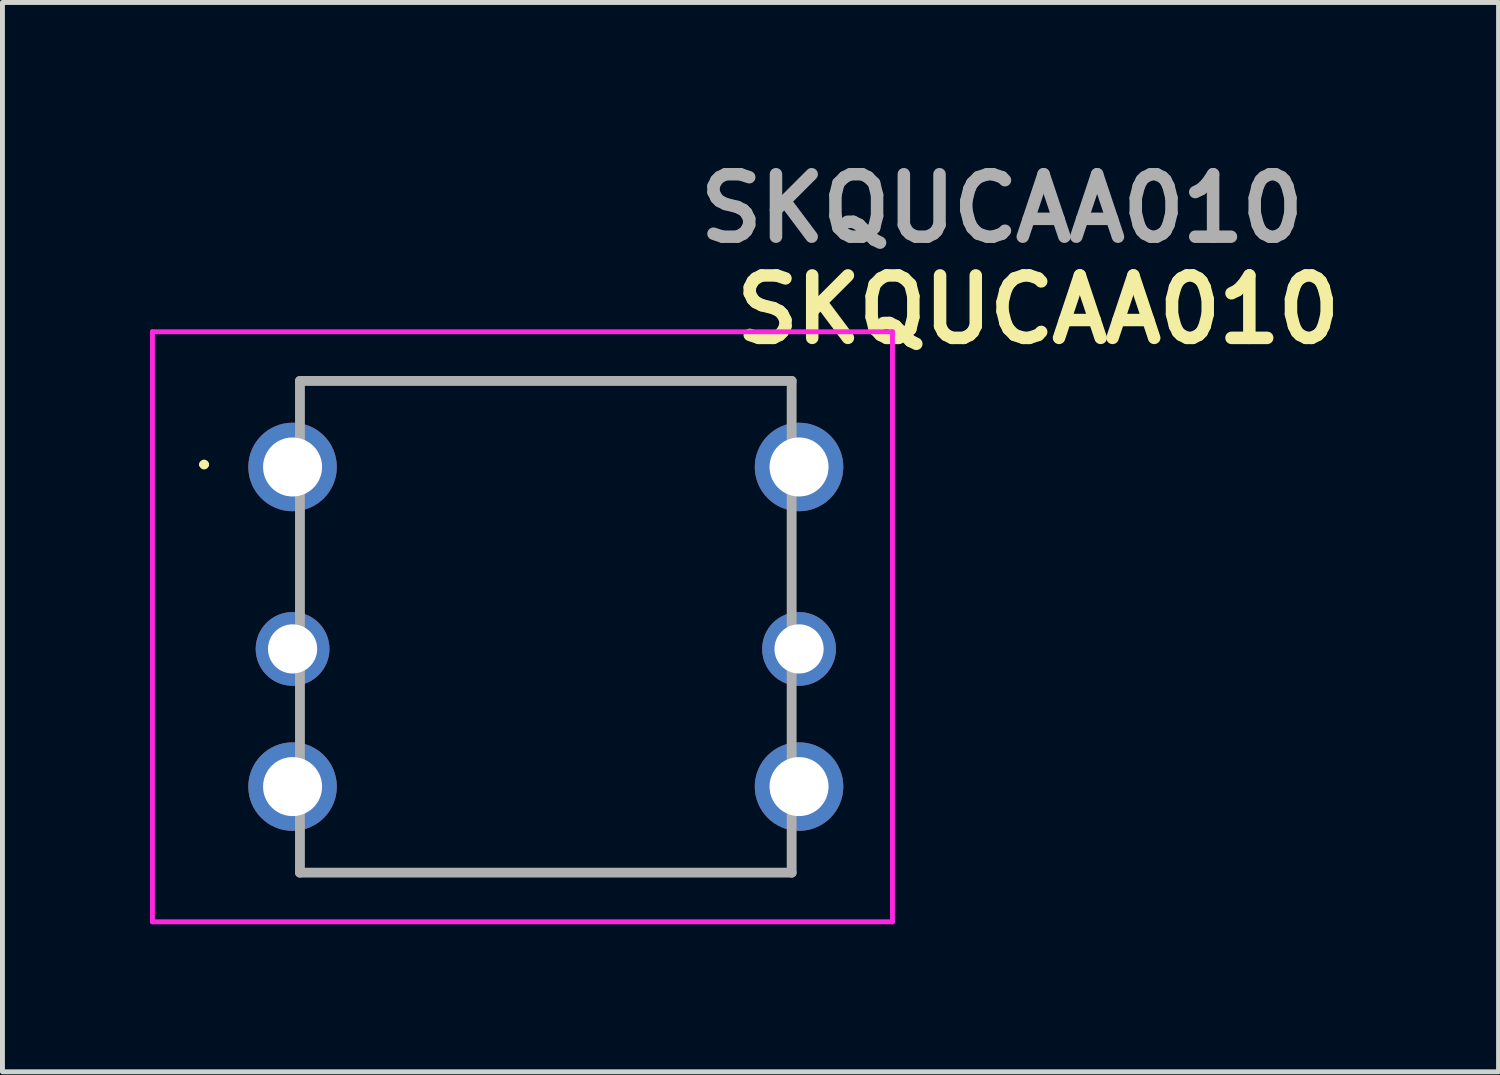
<source format=kicad_pcb>
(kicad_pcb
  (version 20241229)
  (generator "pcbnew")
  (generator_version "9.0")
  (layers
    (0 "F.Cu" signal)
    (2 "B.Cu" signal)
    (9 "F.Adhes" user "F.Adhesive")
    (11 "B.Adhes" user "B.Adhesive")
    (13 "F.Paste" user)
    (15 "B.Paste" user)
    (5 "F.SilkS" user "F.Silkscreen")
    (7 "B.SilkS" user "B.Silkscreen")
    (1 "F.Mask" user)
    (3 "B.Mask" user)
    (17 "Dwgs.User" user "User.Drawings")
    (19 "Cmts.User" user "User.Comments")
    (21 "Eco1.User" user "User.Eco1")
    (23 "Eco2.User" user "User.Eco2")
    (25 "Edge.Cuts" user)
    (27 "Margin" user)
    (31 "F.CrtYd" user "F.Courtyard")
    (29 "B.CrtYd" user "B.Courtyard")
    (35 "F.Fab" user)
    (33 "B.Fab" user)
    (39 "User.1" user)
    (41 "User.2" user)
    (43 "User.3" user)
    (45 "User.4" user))
  (footprint "SKQUCAA010"
    (layer "F.Cu")
    (at 2.9 6.447)
    (property "Reference" "SKQUCAA010" (at 15.164 -3.2 0) (layer "F.SilkS") (effects (font (size 1.27 1.27) (thickness 0.254))))
    (attr through_hole)
    (fp_line (start -1.85 -0.05) (end -1.85 -0.05) (stroke (width 0.1) (type solid)) (layer "F.SilkS"))
    (fp_line (start -1.75 -0.05) (end -1.75 -0.05) (stroke (width 0.1) (type solid)) (layer "F.SilkS"))
    (fp_line (start 0.95 8.25) (end 8.45 8.25) (stroke (width 0.1) (type solid)) (layer "F.SilkS"))
    (fp_line (start 1.25 -1.75) (end 8.15 -1.75) (stroke (width 0.1) (type solid)) (layer "F.SilkS"))
    (fp_arc (start -1.85 -0.05) (mid -1.8 -0.1) (end -1.75 -0.05) (stroke (width 0.1) (type solid)) (layer "F.SilkS"))
    (fp_arc (start -1.75 -0.05) (mid -1.8 0) (end -1.85 -0.05) (stroke (width 0.1) (type solid)) (layer "F.SilkS"))
    (fp_line (start -2.85 -2.75) (end 12.2 -2.75) (stroke (width 0.1) (type solid)) (layer "F.CrtYd"))
    (fp_line (start -2.85 9.25) (end -2.85 -2.75) (stroke (width 0.1) (type solid)) (layer "F.CrtYd"))
    (fp_line (start 12.2 -2.75) (end 12.2 9.25) (stroke (width 0.1) (type solid)) (layer "F.CrtYd"))
    (fp_line (start 12.2 9.25) (end -2.85 9.25) (stroke (width 0.1) (type solid)) (layer "F.CrtYd"))
    (fp_line (start 0.15 -1.75) (end 10.15 -1.75) (stroke (width 0.2) (type solid)) (layer "F.Fab"))
    (fp_line (start 0.15 8.25) (end 0.15 -1.75) (stroke (width 0.2) (type solid)) (layer "F.Fab"))
    (fp_line (start 10.15 -1.75) (end 10.15 8.25) (stroke (width 0.2) (type solid)) (layer "F.Fab"))
    (fp_line (start 10.15 8.25) (end 0.15 8.25) (stroke (width 0.2) (type solid)) (layer "F.Fab"))
    (fp_text user "${REFERENCE}" (at 14.427 -5.258 0) (layer "F.Fab") (effects (font (size 1.27 1.27) (thickness 0.254))))
    (pad "1" thru_hole circle (at 0 0) (size 1.8 1.8) (drill 1.2) (layers "*.Cu" "*.Mask"))
    (pad "2" thru_hole circle (at 0 3.7) (size 1.5 1.5) (drill 1) (layers "*.Cu" "*.Mask"))
    (pad "3" thru_hole circle (at 0 6.5) (size 1.8 1.8) (drill 1.2) (layers "*.Cu" "*.Mask"))
    (pad "4" thru_hole circle (at 10.3 6.5) (size 1.8 1.8) (drill 1.2) (layers "*.Cu" "*.Mask"))
    (pad "5" thru_hole circle (at 10.3 3.7) (size 1.5 1.5) (drill 1) (layers "*.Cu" "*.Mask"))
    (pad "6" thru_hole circle (at 10.3 0) (size 1.8 1.8) (drill 1.2) (layers "*.Cu" "*.Mask")))
  (gr_rect
    (start -3 -3)
    (end 27.426 18.747)
    (stroke (width 0.1) (type default))
    (fill no)
    (layer "Edge.Cuts")))
</source>
